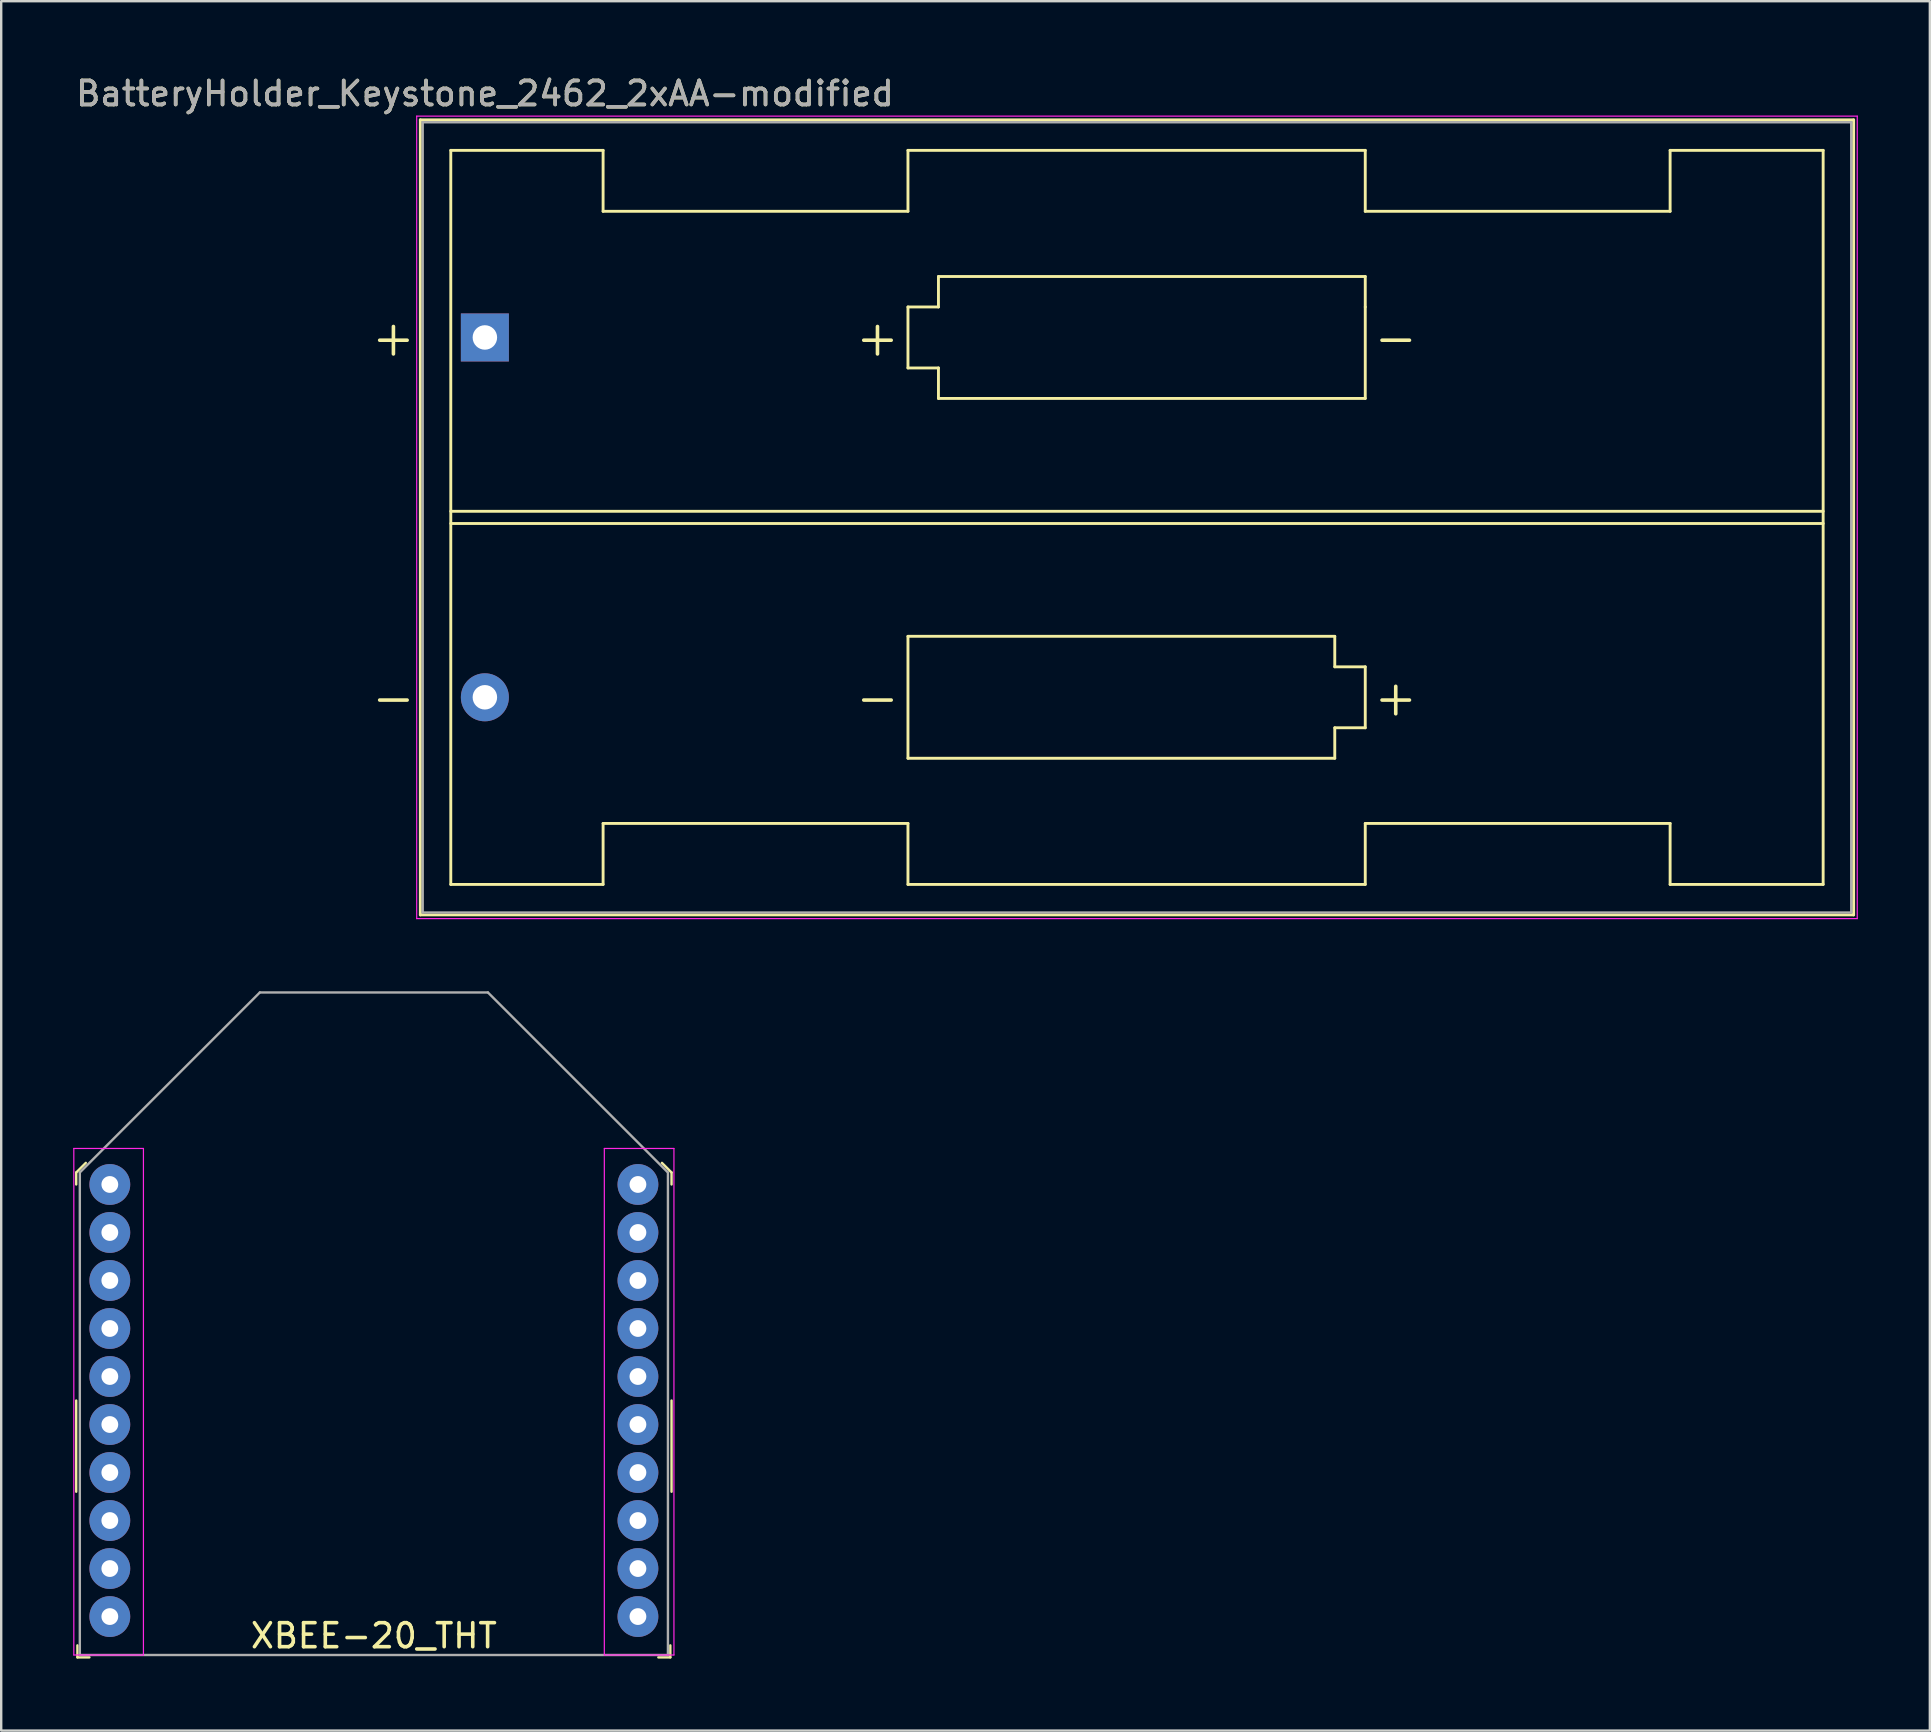
<source format=kicad_pcb>
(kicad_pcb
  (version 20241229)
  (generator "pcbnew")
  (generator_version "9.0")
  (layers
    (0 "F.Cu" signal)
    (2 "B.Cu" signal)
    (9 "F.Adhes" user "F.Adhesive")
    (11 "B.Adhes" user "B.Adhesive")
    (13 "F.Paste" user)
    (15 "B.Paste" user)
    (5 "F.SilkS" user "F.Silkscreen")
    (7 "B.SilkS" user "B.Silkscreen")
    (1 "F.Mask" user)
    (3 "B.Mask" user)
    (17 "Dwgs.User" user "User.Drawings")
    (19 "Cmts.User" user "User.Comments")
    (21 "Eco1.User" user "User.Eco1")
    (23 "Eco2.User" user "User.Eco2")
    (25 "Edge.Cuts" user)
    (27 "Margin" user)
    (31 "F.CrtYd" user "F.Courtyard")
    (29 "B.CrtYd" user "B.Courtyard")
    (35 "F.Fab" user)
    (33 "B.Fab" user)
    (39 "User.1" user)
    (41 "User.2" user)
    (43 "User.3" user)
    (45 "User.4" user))
  (footprint "XBEE-20_THT"
    (layer "F.Cu")
    (at 12.525 55.293)
    (property "Reference" "XBEE-20_THT" (at 0 9.8 0) (layer "F.SilkS") (effects (font (size 1 1) (thickness 0.15))))
    (attr through_hole)
    (fp_line (start -12.4 -9.5) (end -12.4 -9) (stroke (width 0.1) (type solid)) (layer "F.SilkS"))
    (fp_line (start -12.4 -9.5) (end -12 -9.9) (stroke (width 0.1) (type solid)) (layer "F.SilkS"))
    (fp_line (start -12.4 0) (end -12.4 3.8) (stroke (width 0.1) (type solid)) (layer "F.SilkS"))
    (fp_line (start -12.35 10.7) (end -12.35 10.2) (stroke (width 0.1) (type solid)) (layer "F.SilkS"))
    (fp_line (start -12.35 10.7) (end -11.85 10.7) (stroke (width 0.1) (type solid)) (layer "F.SilkS"))
    (fp_line (start 12.35 10.7) (end 11.85 10.7) (stroke (width 0.1) (type solid)) (layer "F.SilkS"))
    (fp_line (start 12.35 10.7) (end 12.35 10.2) (stroke (width 0.1) (type solid)) (layer "F.SilkS"))
    (fp_line (start 12.4 -9.5) (end 12 -9.9) (stroke (width 0.1) (type solid)) (layer "F.SilkS"))
    (fp_line (start 12.4 -9.5) (end 12.4 -9) (stroke (width 0.1) (type solid)) (layer "F.SilkS"))
    (fp_line (start 12.4 0) (end 12.4 3.8) (stroke (width 0.1) (type solid)) (layer "F.SilkS"))
    (fp_line (start -12.5 -10.5) (end -12.5 10.6) (stroke (width 0.05) (type solid)) (layer "F.CrtYd"))
    (fp_line (start -12.5 -10.5) (end -9.6 -10.5) (stroke (width 0.05) (type solid)) (layer "F.CrtYd"))
    (fp_line (start -12.5 10.6) (end -9.6 10.6) (stroke (width 0.05) (type solid)) (layer "F.CrtYd"))
    (fp_line (start -9.6 -10.5) (end -9.6 10.6) (stroke (width 0.05) (type solid)) (layer "F.CrtYd"))
    (fp_line (start 9.6 -10.5) (end 9.6 10.6) (stroke (width 0.05) (type solid)) (layer "F.CrtYd"))
    (fp_line (start 9.6 -10.5) (end 12.5 -10.5) (stroke (width 0.05) (type solid)) (layer "F.CrtYd"))
    (fp_line (start 9.6 10.6) (end 12.5 10.6) (stroke (width 0.05) (type solid)) (layer "F.CrtYd"))
    (fp_line (start 12.5 -10.5) (end 12.5 10.6) (stroke (width 0.05) (type solid)) (layer "F.CrtYd"))
    (fp_line (start -12.25 -9.5) (end -12.25 10.6) (stroke (width 0.1) (type solid)) (layer "F.Fab"))
    (fp_line (start -12.25 -9.5) (end -4.75 -17) (stroke (width 0.1) (type solid)) (layer "F.Fab"))
    (fp_line (start -12.25 10.6) (end 12.25 10.6) (stroke (width 0.1) (type solid)) (layer "F.Fab"))
    (fp_line (start -4.75 -17) (end 4.75 -17) (stroke (width 0.1) (type solid)) (layer "F.Fab"))
    (fp_line (start 4.75 -17) (end 12.25 -9.5) (stroke (width 0.1) (type solid)) (layer "F.Fab"))
    (fp_line (start 12.25 -9.5) (end 12.25 10.6) (stroke (width 0.1) (type solid)) (layer "F.Fab"))
    (pad "1" thru_hole circle (at -11 -9) (size 1.7 1.7) (drill 0.7) (layers "*.Cu" "*.Mask"))
    (pad "2" thru_hole circle (at -11 -7) (size 1.7 1.7) (drill 0.7) (layers "*.Cu" "*.Mask"))
    (pad "3" thru_hole circle (at -11 -5) (size 1.7 1.7) (drill 0.7) (layers "*.Cu" "*.Mask"))
    (pad "4" thru_hole circle (at -11 -3) (size 1.7 1.7) (drill 0.7) (layers "*.Cu" "*.Mask"))
    (pad "5" thru_hole circle (at -11 -1) (size 1.7 1.7) (drill 0.7) (layers "*.Cu" "*.Mask"))
    (pad "6" thru_hole circle (at -11 1) (size 1.7 1.7) (drill 0.7) (layers "*.Cu" "*.Mask"))
    (pad "7" thru_hole circle (at -11 3) (size 1.7 1.7) (drill 0.7) (layers "*.Cu" "*.Mask"))
    (pad "8" thru_hole circle (at -11 5) (size 1.7 1.7) (drill 0.7) (layers "*.Cu" "*.Mask"))
    (pad "9" thru_hole circle (at -11 7) (size 1.7 1.7) (drill 0.7) (layers "*.Cu" "*.Mask"))
    (pad "10" thru_hole circle (at -11 9) (size 1.7 1.7) (drill 0.7) (layers "*.Cu" "*.Mask"))
    (pad "11" thru_hole circle (at 11 9) (size 1.7 1.7) (drill 0.7) (layers "*.Cu" "*.Mask"))
    (pad "12" thru_hole circle (at 11 7) (size 1.7 1.7) (drill 0.7) (layers "*.Cu" "*.Mask"))
    (pad "13" thru_hole circle (at 11 5) (size 1.7 1.7) (drill 0.7) (layers "*.Cu" "*.Mask"))
    (pad "14" thru_hole circle (at 11 3) (size 1.7 1.7) (drill 0.7) (layers "*.Cu" "*.Mask"))
    (pad "15" thru_hole circle (at 11 1) (size 1.7 1.7) (drill 0.7) (layers "*.Cu" "*.Mask"))
    (pad "16" thru_hole circle (at 11 -1) (size 1.7 1.7) (drill 0.7) (layers "*.Cu" "*.Mask"))
    (pad "17" thru_hole circle (at 11 -3) (size 1.7 1.7) (drill 0.7) (layers "*.Cu" "*.Mask"))
    (pad "18" thru_hole circle (at 11 -5) (size 1.7 1.7) (drill 0.7) (layers "*.Cu" "*.Mask"))
    (pad "19" thru_hole circle (at 11 -7) (size 1.7 1.7) (drill 0.7) (layers "*.Cu" "*.Mask"))
    (pad "20" thru_hole circle (at 11 -9) (size 1.7 1.7) (drill 0.7) (layers "*.Cu" "*.Mask")))
  (footprint "BatteryHolder_Keystone_2462_2xAA-modified"
    (layer "F.Cu")
    (at 17.149 11.008)
    (property "Reference" "BatteryHolder_Keystone_2462_2xAA-modified" (at 0 -10.16 180) (layer "F.SilkS") (effects (font (size 1 1) (thickness 0.15))))
    (attr through_hole)
    (fp_line (start -2.69 -9.065) (end -2.69 24.055) (stroke (width 0.12) (type solid)) (layer "F.SilkS"))
    (fp_line (start -2.69 24.055) (end 57.02 24.055) (stroke (width 0.12) (type solid)) (layer "F.SilkS"))
    (fp_line (start -1.42 -7.795) (end -1.42 22.785) (stroke (width 0.12) (type solid)) (layer "F.SilkS"))
    (fp_line (start -1.42 7.241) (end 55.75 7.241) (stroke (width 0.12) (type solid)) (layer "F.SilkS"))
    (fp_line (start -1.42 22.785) (end 4.925 22.785) (stroke (width 0.12) (type solid)) (layer "F.SilkS"))
    (fp_line (start 4.925 -7.795) (end -1.42 -7.795) (stroke (width 0.12) (type solid)) (layer "F.SilkS"))
    (fp_line (start 4.925 -5.255) (end 4.925 -7.795) (stroke (width 0.12) (type solid)) (layer "F.SilkS"))
    (fp_line (start 4.925 -5.255) (end 17.625 -5.255) (stroke (width 0.12) (type solid)) (layer "F.SilkS"))
    (fp_line (start 4.925 20.245) (end 17.625 20.245) (stroke (width 0.12) (type solid)) (layer "F.SilkS"))
    (fp_line (start 4.925 22.785) (end 4.925 20.245) (stroke (width 0.12) (type solid)) (layer "F.SilkS"))
    (fp_line (start 17.625 -7.795) (end 17.625 -5.255) (stroke (width 0.12) (type solid)) (layer "F.SilkS"))
    (fp_line (start 17.625 -1.27) (end 18.895 -1.27) (stroke (width 0.12) (type solid)) (layer "F.SilkS"))
    (fp_line (start 17.625 1.27) (end 17.625 -1.27) (stroke (width 0.12) (type solid)) (layer "F.SilkS"))
    (fp_line (start 17.625 12.45) (end 35.405 12.45) (stroke (width 0.12) (type solid)) (layer "F.SilkS"))
    (fp_line (start 17.625 17.53) (end 17.625 12.45) (stroke (width 0.12) (type solid)) (layer "F.SilkS"))
    (fp_line (start 17.625 20.245) (end 17.625 22.785) (stroke (width 0.12) (type solid)) (layer "F.SilkS"))
    (fp_line (start 17.625 22.785) (end 36.675 22.785) (stroke (width 0.12) (type solid)) (layer "F.SilkS"))
    (fp_line (start 18.895 -2.54) (end 36.675 -2.54) (stroke (width 0.12) (type solid)) (layer "F.SilkS"))
    (fp_line (start 18.895 -1.27) (end 18.895 -2.54) (stroke (width 0.12) (type solid)) (layer "F.SilkS"))
    (fp_line (start 18.895 1.27) (end 17.625 1.27) (stroke (width 0.12) (type solid)) (layer "F.SilkS"))
    (fp_line (start 18.895 2.54) (end 18.895 1.27) (stroke (width 0.12) (type solid)) (layer "F.SilkS"))
    (fp_line (start 35.405 12.45) (end 35.405 13.72) (stroke (width 0.12) (type solid)) (layer "F.SilkS"))
    (fp_line (start 35.405 13.72) (end 36.675 13.72) (stroke (width 0.12) (type solid)) (layer "F.SilkS"))
    (fp_line (start 35.405 16.26) (end 35.405 17.53) (stroke (width 0.12) (type solid)) (layer "F.SilkS"))
    (fp_line (start 35.405 17.53) (end 17.625 17.53) (stroke (width 0.12) (type solid)) (layer "F.SilkS"))
    (fp_line (start 36.675 -7.795) (end 17.625 -7.795) (stroke (width 0.12) (type solid)) (layer "F.SilkS"))
    (fp_line (start 36.675 -5.255) (end 36.675 -7.795) (stroke (width 0.12) (type solid)) (layer "F.SilkS"))
    (fp_line (start 36.675 -2.54) (end 36.675 -1.27) (stroke (width 0.12) (type solid)) (layer "F.SilkS"))
    (fp_line (start 36.675 -1.27) (end 36.675 2.54) (stroke (width 0.12) (type solid)) (layer "F.SilkS"))
    (fp_line (start 36.675 2.54) (end 18.895 2.54) (stroke (width 0.12) (type solid)) (layer "F.SilkS"))
    (fp_line (start 36.675 13.72) (end 36.675 16.26) (stroke (width 0.12) (type solid)) (layer "F.SilkS"))
    (fp_line (start 36.675 16.26) (end 35.405 16.26) (stroke (width 0.12) (type solid)) (layer "F.SilkS"))
    (fp_line (start 36.675 22.785) (end 36.675 20.245) (stroke (width 0.12) (type solid)) (layer "F.SilkS"))
    (fp_line (start 49.375 -7.795) (end 49.375 -5.255) (stroke (width 0.12) (type solid)) (layer "F.SilkS"))
    (fp_line (start 49.375 -5.255) (end 36.675 -5.255) (stroke (width 0.12) (type solid)) (layer "F.SilkS"))
    (fp_line (start 49.375 20.245) (end 36.675 20.245) (stroke (width 0.12) (type solid)) (layer "F.SilkS"))
    (fp_line (start 49.375 22.785) (end 49.375 20.245) (stroke (width 0.12) (type solid)) (layer "F.SilkS"))
    (fp_line (start 55.75 -7.795) (end 49.375 -7.795) (stroke (width 0.12) (type solid)) (layer "F.SilkS"))
    (fp_line (start 55.75 -7.795) (end 55.75 22.785) (stroke (width 0.12) (type solid)) (layer "F.SilkS"))
    (fp_line (start 55.75 7.749) (end -1.42 7.749) (stroke (width 0.12) (type solid)) (layer "F.SilkS"))
    (fp_line (start 55.75 22.785) (end 49.375 22.785) (stroke (width 0.12) (type solid)) (layer "F.SilkS"))
    (fp_line (start 57.02 -9.065) (end -2.69 -9.065) (stroke (width 0.12) (type solid)) (layer "F.SilkS"))
    (fp_line (start 57.02 24.055) (end 57.02 -9.065) (stroke (width 0.12) (type solid)) (layer "F.SilkS"))
    (fp_line (start -2.84 -9.22) (end -2.84 24.21) (stroke (width 0.05) (type solid)) (layer "F.CrtYd"))
    (fp_line (start -2.84 24.21) (end 57.17 24.21) (stroke (width 0.05) (type solid)) (layer "F.CrtYd"))
    (fp_line (start 57.17 -9.22) (end -2.84 -9.22) (stroke (width 0.05) (type solid)) (layer "F.CrtYd"))
    (fp_line (start 57.17 24.21) (end 57.17 -9.22) (stroke (width 0.05) (type solid)) (layer "F.CrtYd"))
    (fp_line (start -2.59 -8.965) (end 56.92 -8.965) (stroke (width 0.1) (type solid)) (layer "F.Fab"))
    (fp_line (start -2.59 23.955) (end -2.59 -8.965) (stroke (width 0.1) (type solid)) (layer "F.Fab"))
    (fp_line (start -2.59 23.955) (end 56.92 23.955) (stroke (width 0.1) (type solid)) (layer "F.Fab"))
    (fp_line (start 56.92 23.955) (end 56.92 -8.965) (stroke (width 0.1) (type solid)) (layer "F.Fab"))
    (fp_text user "+" (at -3.81 0 0) (layer "F.SilkS") (effects (font (size 1.5 1.5) (thickness 0.15))))
    (fp_text user "+" (at 37.945 14.99 0) (layer "F.SilkS") (effects (font (size 1.5 1.5) (thickness 0.15))))
    (fp_text user "-" (at 37.945 0 0) (layer "F.SilkS") (effects (font (size 1.5 1.5) (thickness 0.15))))
    (fp_text user "-" (at -3.81 14.99 0) (layer "F.SilkS") (effects (font (size 1.5 1.5) (thickness 0.15))))
    (fp_text user "-" (at 16.355 14.99 0) (layer "F.SilkS") (effects (font (size 1.5 1.5) (thickness 0.15))))
    (fp_text user "+" (at 16.355 0 0) (layer "F.SilkS") (effects (font (size 1.5 1.5) (thickness 0.15))))
    (fp_text user "${REFERENCE}" (at 0 -10.16 0) (layer "F.Fab") (effects (font (size 1 1) (thickness 0.15))))
    (pad "1" thru_hole rect (at 0 0) (size 2 2) (drill 1.02) (layers "*.Cu" "*.Mask"))
    (pad "2" thru_hole circle (at 0 14.99) (size 2 2) (drill 1.02) (layers "*.Cu" "*.Mask")))
  (gr_rect
    (start -3 -3)
    (end 77.344 69.043)
    (stroke (width 0.1) (type default))
    (fill no)
    (layer "Edge.Cuts")))
</source>
